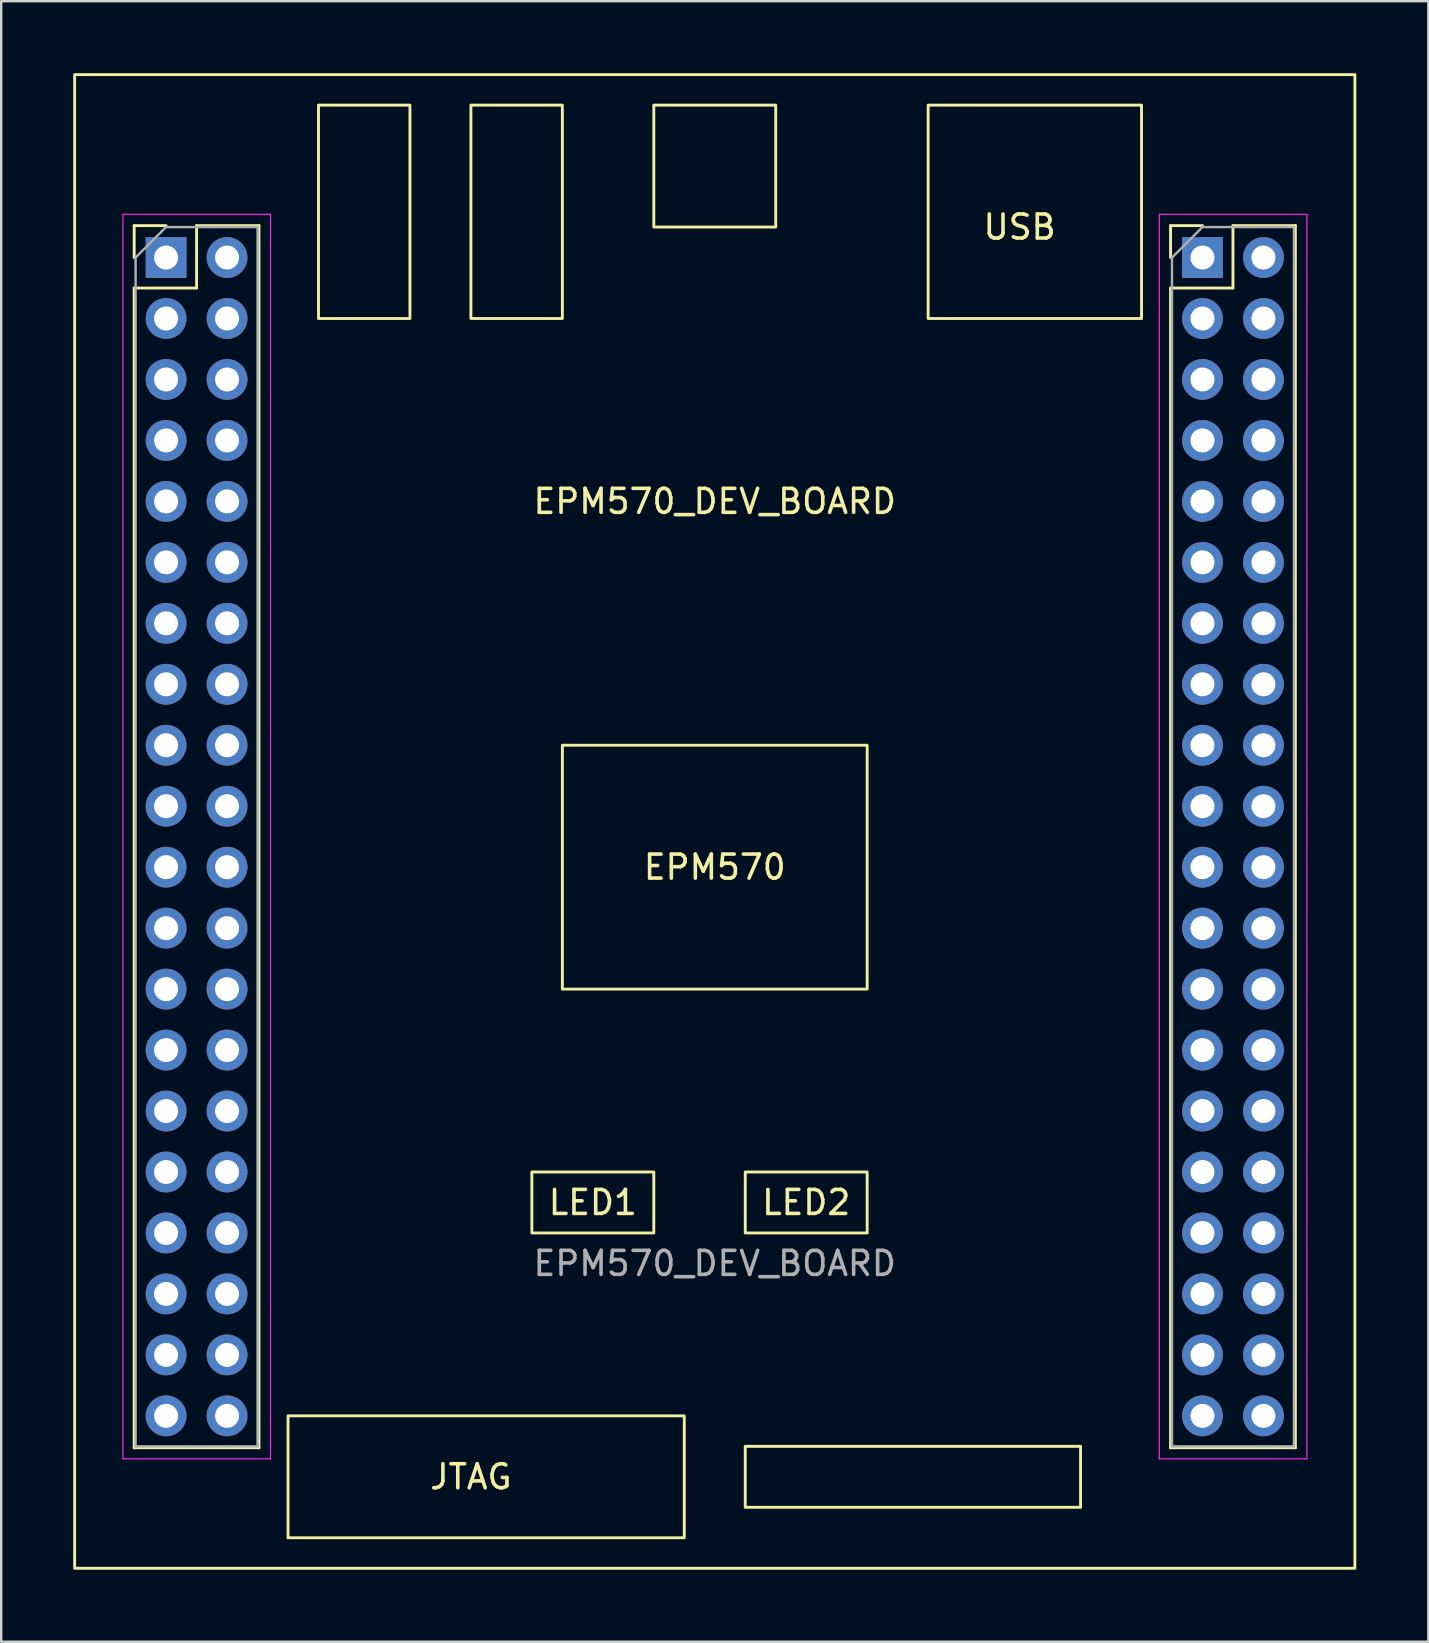
<source format=kicad_pcb>
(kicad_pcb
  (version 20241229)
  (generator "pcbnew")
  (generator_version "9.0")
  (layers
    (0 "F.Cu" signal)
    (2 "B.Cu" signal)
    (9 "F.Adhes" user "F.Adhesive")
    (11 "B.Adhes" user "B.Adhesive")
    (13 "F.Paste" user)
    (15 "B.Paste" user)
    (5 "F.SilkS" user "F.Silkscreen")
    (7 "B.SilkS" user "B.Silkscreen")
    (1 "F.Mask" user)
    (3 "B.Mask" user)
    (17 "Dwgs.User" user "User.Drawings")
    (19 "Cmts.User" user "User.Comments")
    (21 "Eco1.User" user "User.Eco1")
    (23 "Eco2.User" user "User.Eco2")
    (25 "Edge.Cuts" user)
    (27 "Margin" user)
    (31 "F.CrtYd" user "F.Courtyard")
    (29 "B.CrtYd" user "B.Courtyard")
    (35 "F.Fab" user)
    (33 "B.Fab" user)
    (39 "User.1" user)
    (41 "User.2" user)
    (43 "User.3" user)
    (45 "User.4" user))
  (footprint "EPM570_DEV_BOARD"
    (layer "F.Cu")
    (at 26.73 33.08)
    (property "Reference" "EPM570_DEV_BOARD" (at 0 -15.24 0) (unlocked yes) (layer "F.SilkS") (effects (font (size 1 1) (thickness 0.15))))
    (attr through_hole)
    (fp_line (start -24.19 -26.73) (end -22.86 -26.73) (stroke (width 0.12) (type solid)) (layer "F.SilkS"))
    (fp_line (start -24.19 -25.4) (end -24.19 -26.73) (stroke (width 0.12) (type solid)) (layer "F.SilkS"))
    (fp_line (start -24.19 -24.13) (end -24.19 24.19) (stroke (width 0.12) (type solid)) (layer "F.SilkS"))
    (fp_line (start -24.19 -24.13) (end -21.59 -24.13) (stroke (width 0.12) (type solid)) (layer "F.SilkS"))
    (fp_line (start -24.19 24.19) (end -18.99 24.19) (stroke (width 0.12) (type solid)) (layer "F.SilkS"))
    (fp_line (start -21.59 -26.73) (end -18.99 -26.73) (stroke (width 0.12) (type solid)) (layer "F.SilkS"))
    (fp_line (start -21.59 -24.13) (end -21.59 -26.73) (stroke (width 0.12) (type solid)) (layer "F.SilkS"))
    (fp_line (start -18.99 -26.73) (end -18.99 24.19) (stroke (width 0.12) (type solid)) (layer "F.SilkS"))
    (fp_line (start 18.99 -26.73) (end 20.32 -26.73) (stroke (width 0.12) (type solid)) (layer "F.SilkS"))
    (fp_line (start 18.99 -25.4) (end 18.99 -26.73) (stroke (width 0.12) (type solid)) (layer "F.SilkS"))
    (fp_line (start 18.99 -24.13) (end 18.99 24.19) (stroke (width 0.12) (type solid)) (layer "F.SilkS"))
    (fp_line (start 18.99 -24.13) (end 21.59 -24.13) (stroke (width 0.12) (type solid)) (layer "F.SilkS"))
    (fp_line (start 18.99 24.19) (end 24.19 24.19) (stroke (width 0.12) (type solid)) (layer "F.SilkS"))
    (fp_line (start 21.59 -26.73) (end 24.19 -26.73) (stroke (width 0.12) (type solid)) (layer "F.SilkS"))
    (fp_line (start 21.59 -24.13) (end 21.59 -26.73) (stroke (width 0.12) (type solid)) (layer "F.SilkS"))
    (fp_line (start 24.19 -26.73) (end 24.19 24.19) (stroke (width 0.12) (type solid)) (layer "F.SilkS"))
    (fp_rect (start -26.67 -33.02) (end 26.67 29.21) (stroke (width 0.12) (type solid)) (fill no) (layer "F.SilkS"))
    (fp_rect (start -17.78 22.86) (end -1.27 27.94) (stroke (width 0.12) (type solid)) (fill no) (layer "F.SilkS"))
    (fp_rect (start -16.51 -31.75) (end -12.7 -22.86) (stroke (width 0.12) (type solid)) (fill no) (layer "F.SilkS"))
    (fp_rect (start -10.16 -31.75) (end -6.35 -22.86) (stroke (width 0.12) (type solid)) (fill no) (layer "F.SilkS"))
    (fp_rect (start -7.62 12.7) (end -2.54 15.24) (stroke (width 0.12) (type solid)) (fill no) (layer "F.SilkS"))
    (fp_rect (start -6.35 -5.08) (end 6.35 5.08) (stroke (width 0.12) (type solid)) (fill no) (layer "F.SilkS"))
    (fp_rect (start -2.54 -31.75) (end 2.54 -26.67) (stroke (width 0.12) (type solid)) (fill no) (layer "F.SilkS"))
    (fp_rect (start 1.27 24.13) (end 15.24 26.67) (stroke (width 0.12) (type solid)) (fill no) (layer "F.SilkS"))
    (fp_rect (start 6.35 15.24) (end 1.27 12.7) (stroke (width 0.12) (type solid)) (fill no) (layer "F.SilkS"))
    (fp_rect (start 8.89 -31.75) (end 17.78 -22.86) (stroke (width 0.12) (type solid)) (fill no) (layer "F.SilkS"))
    (fp_line (start -24.66 -27.2) (end -24.66 24.65) (stroke (width 0.05) (type solid)) (layer "F.CrtYd"))
    (fp_line (start -24.66 24.65) (end -18.51 24.65) (stroke (width 0.05) (type solid)) (layer "F.CrtYd"))
    (fp_line (start -18.51 -27.2) (end -24.66 -27.2) (stroke (width 0.05) (type solid)) (layer "F.CrtYd"))
    (fp_line (start -18.51 24.65) (end -18.51 -27.2) (stroke (width 0.05) (type solid)) (layer "F.CrtYd"))
    (fp_line (start 18.52 -27.2) (end 18.52 24.65) (stroke (width 0.05) (type solid)) (layer "F.CrtYd"))
    (fp_line (start 18.52 24.65) (end 24.67 24.65) (stroke (width 0.05) (type solid)) (layer "F.CrtYd"))
    (fp_line (start 24.67 -27.2) (end 18.52 -27.2) (stroke (width 0.05) (type solid)) (layer "F.CrtYd"))
    (fp_line (start 24.67 24.65) (end 24.67 -27.2) (stroke (width 0.05) (type solid)) (layer "F.CrtYd"))
    (fp_line (start -24.13 -25.4) (end -22.86 -26.67) (stroke (width 0.1) (type solid)) (layer "F.Fab"))
    (fp_line (start -24.13 24.13) (end -24.13 -25.4) (stroke (width 0.1) (type solid)) (layer "F.Fab"))
    (fp_line (start -22.86 -26.67) (end -19.05 -26.67) (stroke (width 0.1) (type solid)) (layer "F.Fab"))
    (fp_line (start -19.05 -26.67) (end -19.05 24.13) (stroke (width 0.1) (type solid)) (layer "F.Fab"))
    (fp_line (start -19.05 24.13) (end -24.13 24.13) (stroke (width 0.1) (type solid)) (layer "F.Fab"))
    (fp_line (start 19.05 -25.4) (end 20.32 -26.67) (stroke (width 0.1) (type solid)) (layer "F.Fab"))
    (fp_line (start 19.05 24.13) (end 19.05 -25.4) (stroke (width 0.1) (type solid)) (layer "F.Fab"))
    (fp_line (start 20.32 -26.67) (end 24.13 -26.67) (stroke (width 0.1) (type solid)) (layer "F.Fab"))
    (fp_line (start 24.13 -26.67) (end 24.13 24.13) (stroke (width 0.1) (type solid)) (layer "F.Fab"))
    (fp_line (start 24.13 24.13) (end 19.05 24.13) (stroke (width 0.1) (type solid)) (layer "F.Fab"))
    (fp_text user "USB" (at 12.7 -26.67 0) (unlocked yes) (layer "F.SilkS") (effects (font (size 1 1) (thickness 0.15))))
    (fp_text user "EPM570" (at 0 0 0) (unlocked yes) (layer "F.SilkS") (effects (font (size 1 1) (thickness 0.15))))
    (fp_text user "LED2" (at 3.81 13.97 0) (unlocked yes) (layer "F.SilkS") (effects (font (size 1 1) (thickness 0.15))))
    (fp_text user "LED1" (at -5.08 13.97 0) (unlocked yes) (layer "F.SilkS") (effects (font (size 1 1) (thickness 0.15))))
    (fp_text user "JTAG" (at -10.16 25.4 0) (unlocked yes) (layer "F.SilkS") (effects (font (size 1 1) (thickness 0.15))))
    (fp_text user "${REFERENCE}" (at 0 16.51 0) (unlocked yes) (layer "F.Fab") (effects (font (size 1 1) (thickness 0.15))))
    (pad "1" thru_hole rect (at -22.86 -25.4) (size 1.7 1.7) (drill 1) (layers "*.Cu" "*.Mask"))
    (pad "2" thru_hole oval (at -20.32 -25.4) (size 1.7 1.7) (drill 1) (layers "*.Cu" "*.Mask"))
    (pad "3" thru_hole oval (at -22.86 -22.86) (size 1.7 1.7) (drill 1) (layers "*.Cu" "*.Mask"))
    (pad "4" thru_hole oval (at -20.32 -22.86) (size 1.7 1.7) (drill 1) (layers "*.Cu" "*.Mask"))
    (pad "5" thru_hole oval (at -22.86 -20.32) (size 1.7 1.7) (drill 1) (layers "*.Cu" "*.Mask"))
    (pad "6" thru_hole oval (at -20.32 -20.32) (size 1.7 1.7) (drill 1) (layers "*.Cu" "*.Mask"))
    (pad "7" thru_hole oval (at -22.86 -17.78) (size 1.7 1.7) (drill 1) (layers "*.Cu" "*.Mask"))
    (pad "8" thru_hole oval (at -20.32 -17.78) (size 1.7 1.7) (drill 1) (layers "*.Cu" "*.Mask"))
    (pad "9" thru_hole oval (at -22.86 -15.24) (size 1.7 1.7) (drill 1) (layers "*.Cu" "*.Mask"))
    (pad "10" thru_hole oval (at -20.32 -15.24) (size 1.7 1.7) (drill 1) (layers "*.Cu" "*.Mask"))
    (pad "11" thru_hole oval (at -22.86 -12.7) (size 1.7 1.7) (drill 1) (layers "*.Cu" "*.Mask"))
    (pad "12" thru_hole oval (at -20.32 -12.7) (size 1.7 1.7) (drill 1) (layers "*.Cu" "*.Mask"))
    (pad "13" thru_hole oval (at -22.86 -10.16) (size 1.7 1.7) (drill 1) (layers "*.Cu" "*.Mask"))
    (pad "14" thru_hole oval (at -20.32 -10.16) (size 1.7 1.7) (drill 1) (layers "*.Cu" "*.Mask"))
    (pad "15" thru_hole oval (at -22.86 -7.62) (size 1.7 1.7) (drill 1) (layers "*.Cu" "*.Mask"))
    (pad "16" thru_hole oval (at -20.32 -7.62) (size 1.7 1.7) (drill 1) (layers "*.Cu" "*.Mask"))
    (pad "17" thru_hole oval (at -22.86 -5.08) (size 1.7 1.7) (drill 1) (layers "*.Cu" "*.Mask"))
    (pad "18" thru_hole oval (at -20.32 -5.08) (size 1.7 1.7) (drill 1) (layers "*.Cu" "*.Mask"))
    (pad "19" thru_hole oval (at -22.86 -2.54) (size 1.7 1.7) (drill 1) (layers "*.Cu" "*.Mask"))
    (pad "20" thru_hole oval (at -20.32 -2.54) (size 1.7 1.7) (drill 1) (layers "*.Cu" "*.Mask"))
    (pad "21" thru_hole oval (at -22.86 0) (size 1.7 1.7) (drill 1) (layers "*.Cu" "*.Mask"))
    (pad "22" thru_hole oval (at -20.32 0) (size 1.7 1.7) (drill 1) (layers "*.Cu" "*.Mask"))
    (pad "23" thru_hole oval (at -22.86 2.54) (size 1.7 1.7) (drill 1) (layers "*.Cu" "*.Mask"))
    (pad "24" thru_hole oval (at -20.32 2.54) (size 1.7 1.7) (drill 1) (layers "*.Cu" "*.Mask"))
    (pad "25" thru_hole oval (at -22.86 5.08) (size 1.7 1.7) (drill 1) (layers "*.Cu" "*.Mask"))
    (pad "26" thru_hole oval (at -20.32 5.08) (size 1.7 1.7) (drill 1) (layers "*.Cu" "*.Mask"))
    (pad "27" thru_hole oval (at -22.86 7.62) (size 1.7 1.7) (drill 1) (layers "*.Cu" "*.Mask"))
    (pad "28" thru_hole oval (at -20.32 7.62) (size 1.7 1.7) (drill 1) (layers "*.Cu" "*.Mask"))
    (pad "29" thru_hole oval (at -22.86 10.16) (size 1.7 1.7) (drill 1) (layers "*.Cu" "*.Mask"))
    (pad "30" thru_hole oval (at -20.32 10.16) (size 1.7 1.7) (drill 1) (layers "*.Cu" "*.Mask"))
    (pad "31" thru_hole oval (at -22.86 12.7) (size 1.7 1.7) (drill 1) (layers "*.Cu" "*.Mask"))
    (pad "32" thru_hole oval (at -20.32 12.7) (size 1.7 1.7) (drill 1) (layers "*.Cu" "*.Mask"))
    (pad "33" thru_hole oval (at -22.86 15.24) (size 1.7 1.7) (drill 1) (layers "*.Cu" "*.Mask"))
    (pad "34" thru_hole oval (at -20.32 15.24) (size 1.7 1.7) (drill 1) (layers "*.Cu" "*.Mask"))
    (pad "35" thru_hole oval (at -22.86 17.78) (size 1.7 1.7) (drill 1) (layers "*.Cu" "*.Mask"))
    (pad "36" thru_hole oval (at -20.32 17.78) (size 1.7 1.7) (drill 1) (layers "*.Cu" "*.Mask"))
    (pad "37" thru_hole oval (at -22.86 20.32) (size 1.7 1.7) (drill 1) (layers "*.Cu" "*.Mask"))
    (pad "38" thru_hole oval (at -20.32 20.32) (size 1.7 1.7) (drill 1) (layers "*.Cu" "*.Mask"))
    (pad "39" thru_hole oval (at -22.86 22.86) (size 1.7 1.7) (drill 1) (layers "*.Cu" "*.Mask"))
    (pad "40" thru_hole oval (at -20.32 22.86) (size 1.7 1.7) (drill 1) (layers "*.Cu" "*.Mask"))
    (pad "41" thru_hole rect (at 20.32 -25.4) (size 1.7 1.7) (drill 1) (layers "*.Cu" "*.Mask"))
    (pad "42" thru_hole oval (at 22.86 -25.4) (size 1.7 1.7) (drill 1) (layers "*.Cu" "*.Mask"))
    (pad "43" thru_hole oval (at 20.32 -22.86) (size 1.7 1.7) (drill 1) (layers "*.Cu" "*.Mask"))
    (pad "44" thru_hole oval (at 22.86 -22.86) (size 1.7 1.7) (drill 1) (layers "*.Cu" "*.Mask"))
    (pad "45" thru_hole oval (at 20.32 -20.32) (size 1.7 1.7) (drill 1) (layers "*.Cu" "*.Mask"))
    (pad "46" thru_hole oval (at 22.86 -20.32) (size 1.7 1.7) (drill 1) (layers "*.Cu" "*.Mask"))
    (pad "47" thru_hole oval (at 20.32 -17.78) (size 1.7 1.7) (drill 1) (layers "*.Cu" "*.Mask"))
    (pad "48" thru_hole oval (at 22.86 -17.78) (size 1.7 1.7) (drill 1) (layers "*.Cu" "*.Mask"))
    (pad "49" thru_hole oval (at 20.32 -15.24) (size 1.7 1.7) (drill 1) (layers "*.Cu" "*.Mask"))
    (pad "50" thru_hole oval (at 22.86 -15.24) (size 1.7 1.7) (drill 1) (layers "*.Cu" "*.Mask"))
    (pad "51" thru_hole oval (at 20.32 -12.7) (size 1.7 1.7) (drill 1) (layers "*.Cu" "*.Mask"))
    (pad "52" thru_hole oval (at 22.86 -12.7) (size 1.7 1.7) (drill 1) (layers "*.Cu" "*.Mask"))
    (pad "53" thru_hole oval (at 20.32 -10.16) (size 1.7 1.7) (drill 1) (layers "*.Cu" "*.Mask"))
    (pad "54" thru_hole oval (at 22.86 -10.16) (size 1.7 1.7) (drill 1) (layers "*.Cu" "*.Mask"))
    (pad "55" thru_hole oval (at 20.32 -7.62) (size 1.7 1.7) (drill 1) (layers "*.Cu" "*.Mask"))
    (pad "56" thru_hole oval (at 22.86 -7.62) (size 1.7 1.7) (drill 1) (layers "*.Cu" "*.Mask"))
    (pad "57" thru_hole oval (at 20.32 -5.08) (size 1.7 1.7) (drill 1) (layers "*.Cu" "*.Mask"))
    (pad "58" thru_hole oval (at 22.86 -5.08) (size 1.7 1.7) (drill 1) (layers "*.Cu" "*.Mask"))
    (pad "59" thru_hole oval (at 20.32 -2.54) (size 1.7 1.7) (drill 1) (layers "*.Cu" "*.Mask"))
    (pad "60" thru_hole oval (at 22.86 -2.54) (size 1.7 1.7) (drill 1) (layers "*.Cu" "*.Mask"))
    (pad "61" thru_hole oval (at 20.32 0) (size 1.7 1.7) (drill 1) (layers "*.Cu" "*.Mask"))
    (pad "62" thru_hole oval (at 22.86 0) (size 1.7 1.7) (drill 1) (layers "*.Cu" "*.Mask"))
    (pad "63" thru_hole oval (at 20.32 2.54) (size 1.7 1.7) (drill 1) (layers "*.Cu" "*.Mask"))
    (pad "64" thru_hole oval (at 22.86 2.54) (size 1.7 1.7) (drill 1) (layers "*.Cu" "*.Mask"))
    (pad "65" thru_hole oval (at 20.32 5.08) (size 1.7 1.7) (drill 1) (layers "*.Cu" "*.Mask"))
    (pad "66" thru_hole oval (at 22.86 5.08) (size 1.7 1.7) (drill 1) (layers "*.Cu" "*.Mask"))
    (pad "67" thru_hole oval (at 20.32 7.62) (size 1.7 1.7) (drill 1) (layers "*.Cu" "*.Mask"))
    (pad "68" thru_hole oval (at 22.86 7.62) (size 1.7 1.7) (drill 1) (layers "*.Cu" "*.Mask"))
    (pad "69" thru_hole oval (at 20.32 10.16) (size 1.7 1.7) (drill 1) (layers "*.Cu" "*.Mask"))
    (pad "70" thru_hole oval (at 22.86 10.16) (size 1.7 1.7) (drill 1) (layers "*.Cu" "*.Mask"))
    (pad "71" thru_hole oval (at 20.32 12.7) (size 1.7 1.7) (drill 1) (layers "*.Cu" "*.Mask"))
    (pad "72" thru_hole oval (at 22.86 12.7) (size 1.7 1.7) (drill 1) (layers "*.Cu" "*.Mask"))
    (pad "73" thru_hole oval (at 20.32 15.24) (size 1.7 1.7) (drill 1) (layers "*.Cu" "*.Mask"))
    (pad "74" thru_hole oval (at 22.86 15.24) (size 1.7 1.7) (drill 1) (layers "*.Cu" "*.Mask"))
    (pad "75" thru_hole oval (at 20.32 17.78) (size 1.7 1.7) (drill 1) (layers "*.Cu" "*.Mask"))
    (pad "76" thru_hole oval (at 22.86 17.78) (size 1.7 1.7) (drill 1) (layers "*.Cu" "*.Mask"))
    (pad "77" thru_hole oval (at 20.32 20.32) (size 1.7 1.7) (drill 1) (layers "*.Cu" "*.Mask"))
    (pad "78" thru_hole oval (at 22.86 20.32) (size 1.7 1.7) (drill 1) (layers "*.Cu" "*.Mask"))
    (pad "79" thru_hole oval (at 20.32 22.86) (size 1.7 1.7) (drill 1) (layers "*.Cu" "*.Mask"))
    (pad "80" thru_hole oval (at 22.86 22.86) (size 1.7 1.7) (drill 1) (layers "*.Cu" "*.Mask")))
  (gr_rect
    (start -3 -3)
    (end 56.46 65.35)
    (stroke (width 0.1) (type default))
    (fill no)
    (layer "Edge.Cuts")))
</source>
